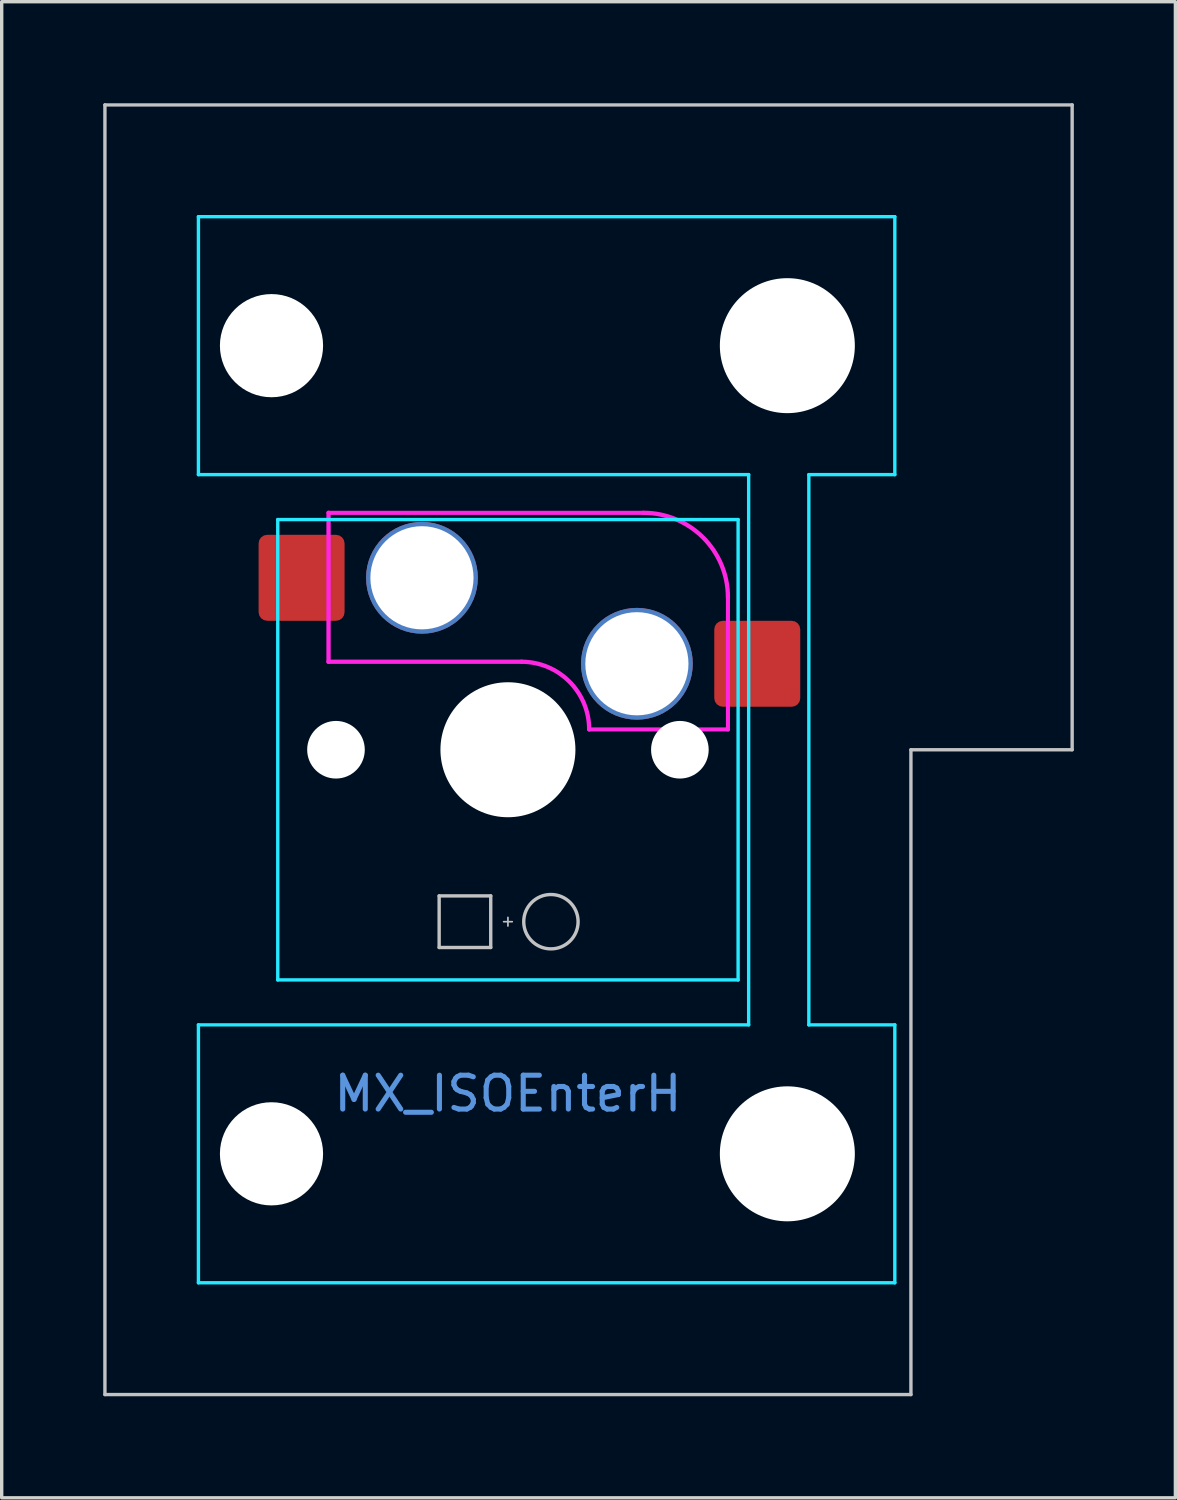
<source format=kicad_pcb>
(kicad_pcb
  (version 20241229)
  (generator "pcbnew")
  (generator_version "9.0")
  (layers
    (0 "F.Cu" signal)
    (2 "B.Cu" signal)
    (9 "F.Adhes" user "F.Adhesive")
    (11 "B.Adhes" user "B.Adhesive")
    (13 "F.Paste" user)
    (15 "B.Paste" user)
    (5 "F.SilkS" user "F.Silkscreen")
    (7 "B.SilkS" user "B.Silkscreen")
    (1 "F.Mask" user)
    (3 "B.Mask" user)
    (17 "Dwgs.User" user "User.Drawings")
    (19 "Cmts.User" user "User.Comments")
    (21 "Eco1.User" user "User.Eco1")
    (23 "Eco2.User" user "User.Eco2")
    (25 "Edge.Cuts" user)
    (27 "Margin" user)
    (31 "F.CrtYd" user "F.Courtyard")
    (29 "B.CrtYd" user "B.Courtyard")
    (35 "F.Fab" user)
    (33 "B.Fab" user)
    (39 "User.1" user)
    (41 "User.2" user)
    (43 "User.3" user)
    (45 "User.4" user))
  (footprint "MX_ISOEnterH"
    (layer "F.Cu")
    (at 11.956 19.1)
    (property "Reference" "MX_ISOEnterH" (at 0 10.16 0) (unlocked yes) (layer "Cmts.User") (effects (font (size 1 1) (thickness 0.15))))
    (attr smd)
    (fp_line (start -11.906 19.05) (end -11.906 -19.05) (stroke (width 0.1) (type solid)) (layer "Dwgs.User"))
    (fp_line (start -2.032 4.318) (end -2.032 5.842) (stroke (width 0.1) (type solid)) (layer "Dwgs.User"))
    (fp_line (start -2.032 5.842) (end -0.508 5.842) (stroke (width 0.1) (type solid)) (layer "Dwgs.User"))
    (fp_line (start -0.508 4.318) (end -2.032 4.318) (stroke (width 0.1) (type solid)) (layer "Dwgs.User"))
    (fp_line (start -0.508 4.318) (end -0.508 5.842) (stroke (width 0.1) (type solid)) (layer "Dwgs.User"))
    (fp_line (start -0.127 5.08) (end 0.127 5.08) (stroke (width 0.05) (type solid)) (layer "Dwgs.User"))
    (fp_line (start 0 5.207) (end 0 4.953) (stroke (width 0.05) (type solid)) (layer "Dwgs.User"))
    (fp_line (start 11.906 19.05) (end -11.906 19.05) (stroke (width 0.1) (type solid)) (layer "Dwgs.User"))
    (fp_line (start 11.906 19.05) (end 11.906 0) (stroke (width 0.1) (type solid)) (layer "Dwgs.User"))
    (fp_line (start 16.669 -19.05) (end -11.906 -19.05) (stroke (width 0.1) (type solid)) (layer "Dwgs.User"))
    (fp_line (start 16.669 0) (end 11.906 0) (stroke (width 0.1) (type solid)) (layer "Dwgs.User"))
    (fp_line (start 16.669 0) (end 16.669 -19.05) (stroke (width 0.1) (type solid)) (layer "Dwgs.User"))
    (fp_circle (center 1.27 5.08) (end 1.27 5.883) (stroke (width 0.1) (type solid)) (fill no) (layer "Dwgs.User"))
    (fp_line (start -7 -6.5) (end -7 6.5) (stroke (width 0.1) (type solid)) (layer "Eco1.User"))
    (fp_line (start -6.5 7) (end 6.5 7) (stroke (width 0.1) (type solid)) (layer "Eco1.User"))
    (fp_line (start -5.985 -8.938) (end -5.985 -14.938) (stroke (width 0.1) (type solid)) (layer "Eco1.User"))
    (fp_line (start -5.985 14.938) (end -5.985 8.938) (stroke (width 0.1) (type solid)) (layer "Eco1.User"))
    (fp_line (start -5.485 -8.438) (end 8.515 -8.438) (stroke (width 0.1) (type solid)) (layer "Eco1.User"))
    (fp_line (start -5.485 15.438) (end 8.515 15.438) (stroke (width 0.1) (type solid)) (layer "Eco1.User"))
    (fp_line (start 6.5 -7) (end -6.5 -7) (stroke (width 0.1) (type solid)) (layer "Eco1.User"))
    (fp_line (start 7 6.5) (end 7 -6.5) (stroke (width 0.1) (type solid)) (layer "Eco1.User"))
    (fp_line (start 8.515 -15.438) (end -5.485 -15.438) (stroke (width 0.1) (type solid)) (layer "Eco1.User"))
    (fp_line (start 8.515 8.438) (end -5.485 8.438) (stroke (width 0.1) (type solid)) (layer "Eco1.User"))
    (fp_line (start 9.015 -14.938) (end 9.015 -8.938) (stroke (width 0.1) (type solid)) (layer "Eco1.User"))
    (fp_line (start 9.015 8.938) (end 9.015 14.938) (stroke (width 0.1) (type solid)) (layer "Eco1.User"))
    (fp_arc (start -7 -6.5) (mid -6.853553 -6.853553) (end -6.5 -7) (stroke (width 0.1) (type solid)) (layer "Eco1.User"))
    (fp_arc (start -6.5 7) (mid -6.853553 6.853553) (end -7 6.5) (stroke (width 0.1) (type solid)) (layer "Eco1.User"))
    (fp_arc (start -5.985 -14.938) (mid -5.838553 -15.291553) (end -5.485 -15.438) (stroke (width 0.1) (type solid)) (layer "Eco1.User"))
    (fp_arc (start -5.985 8.938) (mid -5.838553 8.584447) (end -5.485 8.438) (stroke (width 0.1) (type solid)) (layer "Eco1.User"))
    (fp_arc (start -5.485 -8.438) (mid -5.838553 -8.584447) (end -5.985 -8.938) (stroke (width 0.1) (type solid)) (layer "Eco1.User"))
    (fp_arc (start -5.485 15.438) (mid -5.838553 15.291553) (end -5.985 14.938) (stroke (width 0.1) (type solid)) (layer "Eco1.User"))
    (fp_arc (start 6.5 -7) (mid 6.853553 -6.853553) (end 7 -6.5) (stroke (width 0.1) (type solid)) (layer "Eco1.User"))
    (fp_arc (start 7 6.5) (mid 6.853553 6.853553) (end 6.5 7) (stroke (width 0.1) (type solid)) (layer "Eco1.User"))
    (fp_arc (start 8.515 -15.438) (mid 8.868553 -15.291553) (end 9.015 -14.938) (stroke (width 0.1) (type solid)) (layer "Eco1.User"))
    (fp_arc (start 8.515 8.438) (mid 8.868553 8.584447) (end 9.015 8.938) (stroke (width 0.1) (type solid)) (layer "Eco1.User"))
    (fp_arc (start 9.015 -8.938) (mid 8.868553 -8.584447) (end 8.515 -8.438) (stroke (width 0.1) (type solid)) (layer "Eco1.User"))
    (fp_arc (start 9.015 14.938) (mid 8.868553 15.291553) (end 8.515 15.438) (stroke (width 0.1) (type solid)) (layer "Eco1.User"))
    (fp_line (start -9.144 -15.748) (end 11.43 -15.748) (stroke (width 0.1) (type solid)) (layer "B.CrtYd"))
    (fp_line (start -9.144 -8.128) (end -9.144 -15.748) (stroke (width 0.1) (type solid)) (layer "B.CrtYd"))
    (fp_line (start -9.144 -8.128) (end 7.112 -8.128) (stroke (width 0.1) (type solid)) (layer "B.CrtYd"))
    (fp_line (start -9.144 8.128) (end 7.112 8.128) (stroke (width 0.1) (type solid)) (layer "B.CrtYd"))
    (fp_line (start -9.144 15.748) (end -9.144 8.128) (stroke (width 0.1) (type solid)) (layer "B.CrtYd"))
    (fp_line (start -6.8 6.8) (end -6.8 -6.8) (stroke (width 0.1) (type solid)) (layer "B.CrtYd"))
    (fp_line (start 6.8 -6.8) (end -6.8 -6.8) (stroke (width 0.1) (type solid)) (layer "B.CrtYd"))
    (fp_line (start 6.8 6.8) (end -6.8 6.8) (stroke (width 0.1) (type solid)) (layer "B.CrtYd"))
    (fp_line (start 6.8 6.8) (end 6.8 -6.8) (stroke (width 0.1) (type solid)) (layer "B.CrtYd"))
    (fp_line (start 7.112 8.128) (end 7.112 -8.128) (stroke (width 0.1) (type solid)) (layer "B.CrtYd"))
    (fp_line (start 8.89 8.128) (end 8.89 -8.128) (stroke (width 0.1) (type solid)) (layer "B.CrtYd"))
    (fp_line (start 11.43 -15.748) (end 11.43 -8.128) (stroke (width 0.1) (type solid)) (layer "B.CrtYd"))
    (fp_line (start 11.43 -8.128) (end 8.89 -8.128) (stroke (width 0.1) (type solid)) (layer "B.CrtYd"))
    (fp_line (start 11.43 8.128) (end 8.89 8.128) (stroke (width 0.1) (type solid)) (layer "B.CrtYd"))
    (fp_line (start 11.43 8.128) (end 11.43 15.748) (stroke (width 0.1) (type solid)) (layer "B.CrtYd"))
    (fp_line (start 11.43 15.748) (end -9.144 15.748) (stroke (width 0.1) (type solid)) (layer "B.CrtYd"))
    (fp_line (start -5.3 -7) (end -5.3 -2.6) (stroke (width 0.127) (type solid)) (layer "F.CrtYd"))
    (fp_line (start 0.4 -2.6) (end -5.3 -2.6) (stroke (width 0.127) (type solid)) (layer "F.CrtYd"))
    (fp_line (start 4 -7) (end -5.3 -7) (stroke (width 0.12) (type solid)) (layer "F.CrtYd"))
    (fp_line (start 6.5 -4.5) (end 6.5 -0.6) (stroke (width 0.12) (type solid)) (layer "F.CrtYd"))
    (fp_line (start 6.5 -0.6) (end 2.4 -0.6) (stroke (width 0.12) (type solid)) (layer "F.CrtYd"))
    (fp_arc (start 0.4 -2.6) (mid 1.814214 -2.014214) (end 2.4 -0.6) (stroke (width 0.127) (type solid)) (layer "F.CrtYd"))
    (fp_arc (start 4 -7) (mid 5.767767 -6.267767) (end 6.5 -4.5) (stroke (width 0.127) (type solid)) (layer "F.CrtYd"))
    (pad "" np_thru_hole circle (at -6.985 -11.938 90) (size 3.048 3.048) (drill 3.048) (layers "*.Cu" "*.Mask"))
    (pad "" np_thru_hole circle (at -6.985 11.938 90) (size 3.048 3.048) (drill 3.048) (layers "*.Cu" "*.Mask"))
    (pad "" np_thru_hole circle (at -5.08 0 270) (size 1.702 1.702) (drill 1.702) (layers "*.Cu" "*.Mask"))
    (pad "" np_thru_hole circle (at -2.54 -5.08) (size 3.302 3.302) (drill 3.048) (layers "*.Cu" "*.Mask"))
    (pad "" np_thru_hole circle (at 0 0) (size 3.988 3.988) (drill 3.988) (layers "*.Cu" "*.Mask"))
    (pad "" np_thru_hole circle (at 3.81 -2.54) (size 3.302 3.302) (drill 3.048) (layers "*.Cu" "*.Mask"))
    (pad "" np_thru_hole circle (at 5.08 0 270) (size 1.702 1.702) (drill 1.702) (layers "*.Cu" "*.Mask"))
    (pad "" np_thru_hole circle (at 8.255 -11.938 90) (size 3.988 3.988) (drill 3.988) (layers "*.Cu" "*.Mask"))
    (pad "" np_thru_hole circle (at 8.255 11.938 90) (size 3.988 3.988) (drill 3.988) (layers "*.Cu" "*.Mask"))
    (pad "1" smd roundrect (at -6.096 -5.08) (size 2.54 2.54) (layers "F.Cu" "F.Mask") (roundrect_rratio 0.1))
    (pad "2" smd roundrect (at 7.366 -2.54) (size 2.54 2.54) (layers "F.Cu" "F.Mask") (roundrect_rratio 0.1)))
  (gr_rect
    (start -3 -3)
    (end 31.675 41.2)
    (stroke (width 0.1) (type default))
    (fill no)
    (layer "Edge.Cuts")))
</source>
